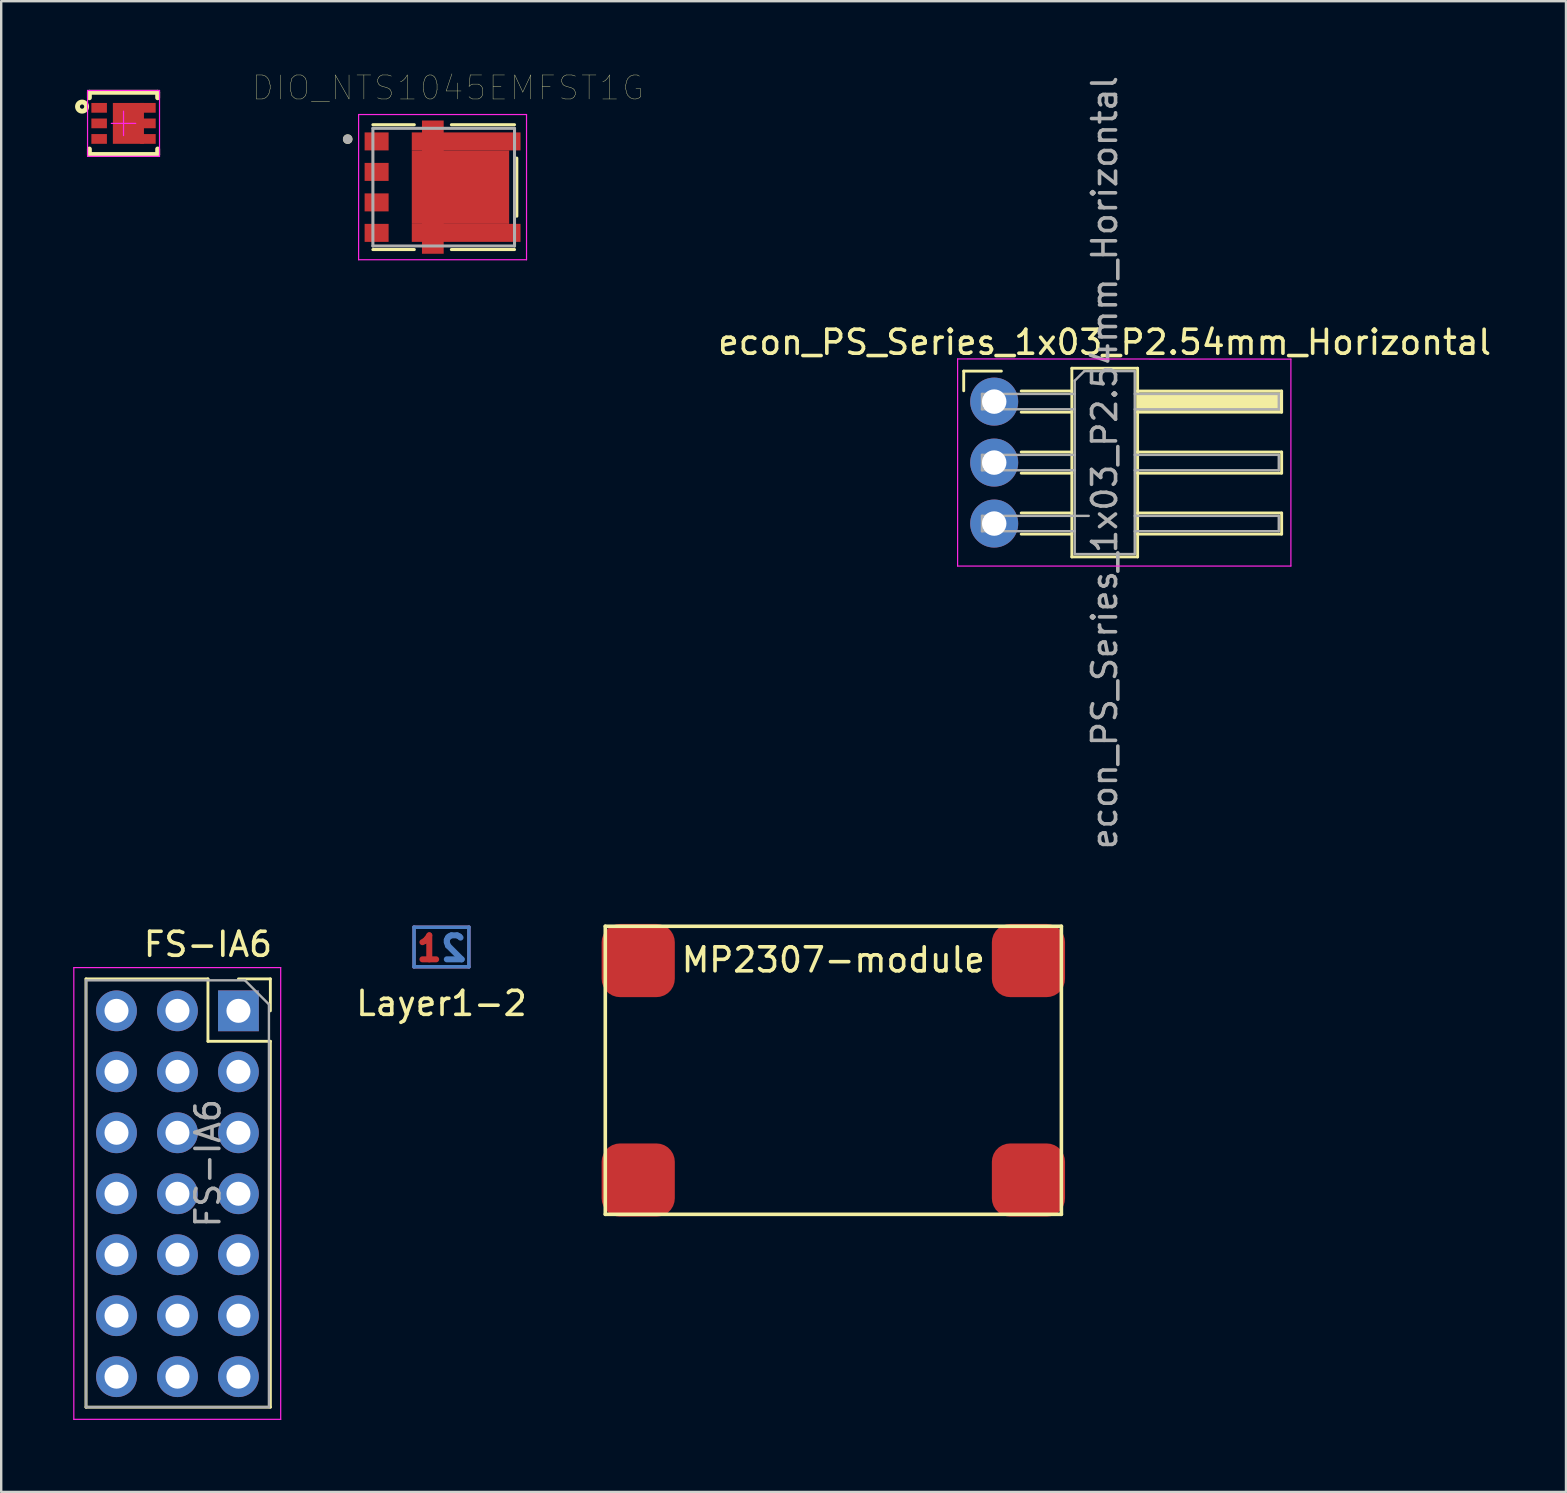
<source format=kicad_pcb>
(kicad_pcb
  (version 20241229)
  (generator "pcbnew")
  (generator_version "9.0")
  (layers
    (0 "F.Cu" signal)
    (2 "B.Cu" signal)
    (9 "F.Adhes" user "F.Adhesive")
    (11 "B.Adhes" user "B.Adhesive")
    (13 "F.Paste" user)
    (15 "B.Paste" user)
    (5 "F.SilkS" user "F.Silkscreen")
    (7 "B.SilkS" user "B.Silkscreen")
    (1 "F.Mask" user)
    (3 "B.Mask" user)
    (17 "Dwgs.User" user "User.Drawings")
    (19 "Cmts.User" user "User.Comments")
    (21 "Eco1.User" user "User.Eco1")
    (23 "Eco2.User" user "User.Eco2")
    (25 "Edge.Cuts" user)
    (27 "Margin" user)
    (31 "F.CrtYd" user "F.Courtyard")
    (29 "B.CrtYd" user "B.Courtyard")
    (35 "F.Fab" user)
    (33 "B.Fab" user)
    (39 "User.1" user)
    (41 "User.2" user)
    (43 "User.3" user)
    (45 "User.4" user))
  (footprint "Layer1-2"
    (layer "F.Cu")
    (at 15.341 36.464)
    (property "Reference" "Layer1-2" (at 0 2.286 0) (layer "F.SilkS") (effects (font (size 1 1) (thickness 0.15))))
    (attr through_hole)
    (fp_line (start -1.143 -0.889) (end -1.143 0.762) (stroke (width 0.15) (type solid)) (layer "F.Cu"))
    (fp_line (start -1.143 0.762) (end 1.143 0.762) (stroke (width 0.15) (type solid)) (layer "F.Cu"))
    (fp_line (start 1.143 -0.889) (end -1.143 -0.889) (stroke (width 0.15) (type solid)) (layer "F.Cu"))
    (fp_line (start 1.143 0.762) (end 1.143 -0.889) (stroke (width 0.15) (type solid)) (layer "F.Cu"))
    (fp_line (start -1.143 -0.889) (end -1.143 0.762) (stroke (width 0.15) (type solid)) (layer "B.Cu"))
    (fp_line (start -1.143 0.762) (end 1.143 0.762) (stroke (width 0.15) (type solid)) (layer "B.Cu"))
    (fp_line (start 1.143 -0.889) (end -1.143 -0.889) (stroke (width 0.15) (type solid)) (layer "B.Cu"))
    (fp_line (start 1.143 0.762) (end 1.143 -0.889) (stroke (width 0.15) (type solid)) (layer "B.Cu"))
    (fp_text user "1" (at -0.508 0 0) (layer "F.Cu") (effects (font (size 1 1) (thickness 0.25))))
    (fp_text user "2" (at 0.508 0 0) (layer "B.Cu") (effects (font (size 1 1) (thickness 0.25)) (justify mirror))))
  (footprint "DFN2523-6"
    (layer "F.Cu")
    (at 2.096 2.09)
    (property "Reference" "DFN2523-6" (at 0.14 -1.727 0) (layer "Eco2.User") (effects (font (size 0.5 0.5) (thickness 0.04))))
    (attr smd)
    (fp_line (start -1.422 -1.295) (end -1.422 -1.067) (stroke (width 0.203) (type solid)) (layer "F.SilkS"))
    (fp_line (start -1.422 -1.295) (end 1.422 -1.295) (stroke (width 0.203) (type solid)) (layer "F.SilkS"))
    (fp_line (start -1.422 1.067) (end -1.422 1.295) (stroke (width 0.203) (type solid)) (layer "F.SilkS"))
    (fp_line (start -1.422 1.295) (end 1.422 1.295) (stroke (width 0.203) (type solid)) (layer "F.SilkS"))
    (fp_line (start 1.422 -1.295) (end 1.422 -1.067) (stroke (width 0.203) (type solid)) (layer "F.SilkS"))
    (fp_line (start 1.422 1.067) (end 1.422 1.295) (stroke (width 0.203) (type solid)) (layer "F.SilkS"))
    (fp_circle (center -1.727 -0.699) (end -1.638 -0.699) (stroke (width 0.203) (type solid)) (fill no) (layer "F.SilkS"))
    (fp_line (start -1.499 -1.372) (end -1.499 1.372) (stroke (width 0.05) (type solid)) (layer "F.CrtYd"))
    (fp_line (start -1.499 -1.372) (end 1.499 -1.372) (stroke (width 0.05) (type solid)) (layer "F.CrtYd"))
    (fp_line (start -1.499 1.372) (end 1.499 1.372) (stroke (width 0.05) (type solid)) (layer "F.CrtYd"))
    (fp_line (start -0.508 0) (end 0.508 0) (stroke (width 0.05) (type solid)) (layer "F.CrtYd"))
    (fp_line (start 0 -0.508) (end 0 0.508) (stroke (width 0.05) (type solid)) (layer "F.CrtYd"))
    (fp_line (start 1.499 -1.372) (end 1.499 1.372) (stroke (width 0.05) (type solid)) (layer "F.CrtYd"))
    (pad "1" smd rect (at -1.016 -0.648) (size 0.648 0.406) (layers "F.Cu" "F.Mask" "F.Paste"))
    (pad "2" smd rect (at -1.016 0) (size 0.648 0.406) (layers "F.Cu" "F.Mask" "F.Paste"))
    (pad "3" smd rect (at -1.016 0.648) (size 0.648 0.406) (layers "F.Cu" "F.Mask" "F.Paste"))
    (pad "4" smd rect (at 1.016 0.648) (size 0.648 0.406) (layers "F.Cu" "F.Mask" "F.Paste"))
    (pad "5" smd rect (at 1.016 0) (size 0.648 0.406) (layers "F.Cu" "F.Mask" "F.Paste"))
    (pad "6" smd rect (at 0.203 0) (size 1.295 1.702) (layers "F.Cu" "F.Mask" "F.Paste"))
    (pad "6" smd rect (at 1.016 -0.648) (size 0.648 0.406) (layers "F.Cu" "F.Mask" "F.Paste")))
  (footprint "DIO_NTS1045EMFST1G"
    (layer "F.Cu")
    (at 15.434 4.746)
    (property "Reference" "DIO_NTS1045EMFST1G" (at 0.175 -4.135 0) (layer "F.SilkS") (effects (font (size 1 1) (thickness 0.015))))
    (attr through_hole)
    (fp_poly (pts (xy -1.43 2.38) (xy -1.43 -2.38) (xy -1.005 -2.38) (xy -1.005 -2.875) (xy 0.1 -2.875) (xy 0.1 -2.38) (xy 3.3 -2.38) (xy 3.3 -1.43) (xy 2.825 -1.43) (xy 2.825 1.43) (xy 3.3 1.43) (xy 3.3 2.38) (xy 0.1 2.38) (xy 0.1 2.875) (xy -1.005 2.875) (xy -1.005 2.38)) (stroke (width 0.01) (type solid)) (fill yes) (layer "F.Mask"))
    (fp_line (start -1.225 -2.6) (end -2.95 -2.6) (stroke (width 0.127) (type solid)) (layer "F.SilkS"))
    (fp_line (start -1.225 2.6) (end -2.95 2.6) (stroke (width 0.127) (type solid)) (layer "F.SilkS"))
    (fp_line (start 0.32 -2.6) (end 2.95 -2.6) (stroke (width 0.127) (type solid)) (layer "F.SilkS"))
    (fp_line (start 0.32 2.6) (end 2.95 2.6) (stroke (width 0.127) (type solid)) (layer "F.SilkS"))
    (fp_line (start 3.045 1.21) (end 3.045 -1.21) (stroke (width 0.127) (type solid)) (layer "F.SilkS"))
    (fp_circle (center -4 -2) (end -3.9 -2) (stroke (width 0.2) (type solid)) (fill no) (layer "F.SilkS"))
    (fp_poly (pts (xy -0.958 -1.86) (xy 0.323 -1.86) (xy 0.323 -0.42) (xy -0.958 -0.42)) (stroke (width 0.01) (type solid)) (fill yes) (layer "F.Paste"))
    (fp_poly (pts (xy -0.958 0.42) (xy 0.323 0.42) (xy 0.323 1.86) (xy -0.958 1.86)) (stroke (width 0.01) (type solid)) (fill yes) (layer "F.Paste"))
    (fp_poly (pts (xy -0.698 -2.54) (xy -0.207 -2.54) (xy -0.207 -1.635) (xy -0.698 -1.635)) (stroke (width 0.01) (type solid)) (fill yes) (layer "F.Paste"))
    (fp_poly (pts (xy -0.698 1.635) (xy -0.207 1.635) (xy -0.207 2.54) (xy -0.698 2.54)) (stroke (width 0.01) (type solid)) (fill yes) (layer "F.Paste"))
    (fp_poly (pts (xy 1.073 -1.86) (xy 2.353 -1.86) (xy 2.353 -0.42) (xy 1.073 -0.42)) (stroke (width 0.01) (type solid)) (fill yes) (layer "F.Paste"))
    (fp_poly (pts (xy 1.073 0.42) (xy 2.353 0.42) (xy 2.353 1.86) (xy 1.073 1.86)) (stroke (width 0.01) (type solid)) (fill yes) (layer "F.Paste"))
    (fp_poly (pts (xy 2.171 1.67) (xy 2.921 1.67) (xy 2.921 2.14) (xy 2.171 2.14)) (stroke (width 0.01) (type solid)) (fill yes) (layer "F.Paste"))
    (fp_poly (pts (xy 2.298 -2.14) (xy 3.048 -2.14) (xy 3.048 -1.67) (xy 2.298 -1.67)) (stroke (width 0.01) (type solid)) (fill yes) (layer "F.Paste"))
    (fp_line (start -3.545 -3.025) (end 3.45 -3.025) (stroke (width 0.05) (type solid)) (layer "F.CrtYd"))
    (fp_line (start -3.545 3.025) (end -3.545 -3.025) (stroke (width 0.05) (type solid)) (layer "F.CrtYd"))
    (fp_line (start 3.45 -3.025) (end 3.45 3.025) (stroke (width 0.05) (type solid)) (layer "F.CrtYd"))
    (fp_line (start 3.45 3.025) (end -3.545 3.025) (stroke (width 0.05) (type solid)) (layer "F.CrtYd"))
    (fp_line (start -2.95 -2.45) (end -2.95 2.45) (stroke (width 0.127) (type solid)) (layer "F.Fab"))
    (fp_line (start -2.95 2.45) (end 2.95 2.45) (stroke (width 0.127) (type solid)) (layer "F.Fab"))
    (fp_line (start 2.95 -2.45) (end -2.95 -2.45) (stroke (width 0.127) (type solid)) (layer "F.Fab"))
    (fp_line (start 2.95 2.45) (end 2.95 -2.45) (stroke (width 0.127) (type solid)) (layer "F.Fab"))
    (fp_circle (center -4 -2) (end -3.9 -2) (stroke (width 0.2) (type solid)) (fill no) (layer "F.Fab"))
    (pad "" smd rect (at -2.795 1.905) (size 1 0.75) (layers "F.Cu" "F.Mask" "F.Paste"))
    (pad "1" smd rect (at -0.453 0) (size 0.905 5.55) (layers "F.Cu"))
    (pad "1" smd rect (at 0.698 0) (size 4.055 3.06) (layers "F.Cu"))
    (pad "1" smd rect (at 0.935 -1.905) (size 4.53 0.75) (layers "F.Cu"))
    (pad "1" smd rect (at 0.935 1.905) (size 4.53 0.75) (layers "F.Cu"))
    (pad "2" smd rect (at -2.795 -1.905) (size 1 0.75) (layers "F.Cu" "F.Mask" "F.Paste"))
    (pad "2" smd rect (at -2.795 -0.635) (size 1 0.75) (layers "F.Cu" "F.Mask" "F.Paste"))
    (pad "2" smd rect (at -2.795 0.635) (size 1 0.75) (layers "F.Cu" "F.Mask" "F.Paste")))
  (footprint "MP2307-module"
    (layer "F.Cu")
    (at 31.665 41.536)
    (property "Reference" "MP2307-module" (at 0 -4.6 0) (layer "F.SilkS") (effects (font (size 1 1) (thickness 0.15))))
    (attr through_hole)
    (fp_line (start -9.5 -6) (end 9.5 -6) (stroke (width 0.15) (type solid)) (layer "F.SilkS"))
    (fp_line (start -9.5 6) (end -9.5 -6) (stroke (width 0.15) (type solid)) (layer "F.SilkS"))
    (fp_line (start 9.5 -6) (end 9.5 6) (stroke (width 0.15) (type solid)) (layer "F.SilkS"))
    (fp_line (start 9.5 6) (end -9.5 6) (stroke (width 0.15) (type solid)) (layer "F.SilkS"))
    (pad "1" smd roundrect (at -8.128 -4.572) (size 3.048 3.048) (layers "F.Cu" "F.Mask" "F.Paste") (roundrect_rratio 0.25))
    (pad "2" smd roundrect (at -8.128 4.572) (size 3.048 3.048) (layers "F.Cu" "F.Mask" "F.Paste") (roundrect_rratio 0.25))
    (pad "6" smd roundrect (at 8.128 4.572) (size 3.048 3.048) (layers "F.Cu" "F.Mask" "F.Paste") (roundrect_rratio 0.25))
    (pad "7" smd roundrect (at 8.128 -4.572) (size 3.048 3.048) (layers "F.Cu" "F.Mask" "F.Paste") (roundrect_rratio 0.25)))
  (footprint "econ_PS_Series_1x03_P2.54mm_Horizontal"
    (layer "F.Cu")
    (at 43.446 16.22)
    (property "Reference" "econ_PS_Series_1x03_P2.54mm_Horizontal" (at -0.48 -5.01 0) (layer "F.SilkS") (effects (font (size 1 1) (thickness 0.15))))
    (attr smd)
    (fp_line (start -6.35 -3.81) (end -4.78 -3.81) (stroke (width 0.12) (type solid)) (layer "F.SilkS"))
    (fp_line (start -6.35 -2.99) (end -6.35 -3.81) (stroke (width 0.12) (type solid)) (layer "F.SilkS"))
    (fp_line (start -3.955 -2.98) (end -1.845 -2.98) (stroke (width 0.12) (type solid)) (layer "F.SilkS"))
    (fp_line (start -3.955 -2.1) (end -1.845 -2.1) (stroke (width 0.12) (type solid)) (layer "F.SilkS"))
    (fp_line (start -3.955 -0.44) (end -1.845 -0.44) (stroke (width 0.12) (type solid)) (layer "F.SilkS"))
    (fp_line (start -3.955 0.44) (end -1.845 0.44) (stroke (width 0.12) (type solid)) (layer "F.SilkS"))
    (fp_line (start -3.955 2.1) (end -1.845 2.1) (stroke (width 0.12) (type solid)) (layer "F.SilkS"))
    (fp_line (start -3.955 2.98) (end -1.845 2.98) (stroke (width 0.12) (type solid)) (layer "F.SilkS"))
    (fp_line (start -1.845 -3.93) (end 0.895 -3.93) (stroke (width 0.12) (type solid)) (layer "F.SilkS"))
    (fp_line (start -1.845 3.93) (end -1.845 -3.93) (stroke (width 0.12) (type solid)) (layer "F.SilkS"))
    (fp_line (start 0.895 -3.93) (end 0.895 3.93) (stroke (width 0.12) (type solid)) (layer "F.SilkS"))
    (fp_line (start 0.895 -2.98) (end 6.895 -2.98) (stroke (width 0.12) (type solid)) (layer "F.SilkS"))
    (fp_line (start 0.895 -0.44) (end 6.895 -0.44) (stroke (width 0.12) (type solid)) (layer "F.SilkS"))
    (fp_line (start 0.895 2.1) (end 6.895 2.1) (stroke (width 0.12) (type solid)) (layer "F.SilkS"))
    (fp_line (start 0.895 3.93) (end -1.845 3.93) (stroke (width 0.12) (type solid)) (layer "F.SilkS"))
    (fp_line (start 6.895 -2.98) (end 6.895 -2.1) (stroke (width 0.12) (type solid)) (layer "F.SilkS"))
    (fp_line (start 6.895 -2.1) (end 0.895 -2.1) (stroke (width 0.12) (type solid)) (layer "F.SilkS"))
    (fp_line (start 6.895 -0.44) (end 6.895 0.44) (stroke (width 0.12) (type solid)) (layer "F.SilkS"))
    (fp_line (start 6.895 0.44) (end 0.895 0.44) (stroke (width 0.12) (type solid)) (layer "F.SilkS"))
    (fp_line (start 6.895 2.1) (end 6.895 2.98) (stroke (width 0.12) (type solid)) (layer "F.SilkS"))
    (fp_line (start 6.895 2.98) (end 0.895 2.98) (stroke (width 0.12) (type solid)) (layer "F.SilkS"))
    (fp_line (start -6.604 -4.318) (end 7.28 -4.31) (stroke (width 0.05) (type solid)) (layer "F.CrtYd"))
    (fp_line (start -6.604 4.31) (end -6.604 -4.318) (stroke (width 0.05) (type solid)) (layer "F.CrtYd"))
    (fp_line (start 7.28 -4.31) (end 7.28 4.31) (stroke (width 0.05) (type solid)) (layer "F.CrtYd"))
    (fp_line (start 7.28 4.31) (end -6.604 4.31) (stroke (width 0.05) (type solid)) (layer "F.CrtYd"))
    (fp_line (start -5.588 -2.86) (end -5.588 -2.22) (stroke (width 0.1) (type solid)) (layer "F.Fab"))
    (fp_line (start -5.588 -2.22) (end -1.725 -2.22) (stroke (width 0.1) (type solid)) (layer "F.Fab"))
    (fp_line (start -5.588 -0.32) (end -5.588 0.32) (stroke (width 0.1) (type solid)) (layer "F.Fab"))
    (fp_line (start -5.588 0.32) (end -1.725 0.32) (stroke (width 0.1) (type solid)) (layer "F.Fab"))
    (fp_line (start -5.588 2.22) (end -5.588 2.86) (stroke (width 0.1) (type solid)) (layer "F.Fab"))
    (fp_line (start -5.588 2.86) (end -1.725 2.86) (stroke (width 0.1) (type solid)) (layer "F.Fab"))
    (fp_line (start -1.725 -3.41) (end -1.325 -3.81) (stroke (width 0.1) (type solid)) (layer "F.Fab"))
    (fp_line (start -1.725 -2.86) (end -5.588 -2.86) (stroke (width 0.1) (type solid)) (layer "F.Fab"))
    (fp_line (start -1.725 -0.32) (end -5.588 -0.32) (stroke (width 0.1) (type solid)) (layer "F.Fab"))
    (fp_line (start -1.725 3.81) (end -1.725 -3.41) (stroke (width 0.1) (type solid)) (layer "F.Fab"))
    (fp_line (start -1.325 -3.81) (end 0.775 -3.81) (stroke (width 0.1) (type solid)) (layer "F.Fab"))
    (fp_line (start -1.142 2.22) (end -5.588 2.22) (stroke (width 0.1) (type solid)) (layer "F.Fab"))
    (fp_line (start 0.775 -3.81) (end 0.775 3.81) (stroke (width 0.1) (type solid)) (layer "F.Fab"))
    (fp_line (start 0.775 -2.86) (end 6.775 -2.86) (stroke (width 0.1) (type solid)) (layer "F.Fab"))
    (fp_line (start 0.775 -0.32) (end 6.775 -0.32) (stroke (width 0.1) (type solid)) (layer "F.Fab"))
    (fp_line (start 0.775 2.22) (end 6.775 2.22) (stroke (width 0.1) (type solid)) (layer "F.Fab"))
    (fp_line (start 0.775 3.81) (end -1.725 3.81) (stroke (width 0.1) (type solid)) (layer "F.Fab"))
    (fp_line (start 6.775 -2.86) (end 6.775 -2.22) (stroke (width 0.1) (type solid)) (layer "F.Fab"))
    (fp_line (start 6.775 -2.22) (end 0.775 -2.22) (stroke (width 0.1) (type solid)) (layer "F.Fab"))
    (fp_line (start 6.775 -0.32) (end 6.775 0.32) (stroke (width 0.1) (type solid)) (layer "F.Fab"))
    (fp_line (start 6.775 0.32) (end 0.775 0.32) (stroke (width 0.1) (type solid)) (layer "F.Fab"))
    (fp_line (start 6.775 2.22) (end 6.775 2.86) (stroke (width 0.1) (type solid)) (layer "F.Fab"))
    (fp_line (start 6.775 2.86) (end 0.775 2.86) (stroke (width 0.1) (type solid)) (layer "F.Fab"))
    (fp_text user "${REFERENCE}" (at -0.48 0 90) (layer "F.Fab") (effects (font (size 1 1) (thickness 0.15))))
    (pad "" smd rect (at 3.895 -2.54) (size 6 0.76) (layers "F.SilkS"))
    (pad "1" thru_hole circle (at -5.08 -2.54) (size 2 2) (drill 1.02) (layers "*.Cu" "*.Mask"))
    (pad "2" thru_hole circle (at -5.08 0) (size 2 2) (drill 1.02) (layers "*.Cu" "*.Mask"))
    (pad "3" thru_hole circle (at -5.08 2.54) (size 2 2) (drill 1.02) (layers "*.Cu" "*.Mask")))
  (footprint "FS-IA6"
    (layer "F.Cu")
    (at 6.883 39.059)
    (property "Reference" "FS-IA6" (at -1.27 -2.77 0) (layer "F.SilkS") (effects (font (size 1 1) (thickness 0.15))))
    (attr through_hole)
    (fp_line (start -6.35 -1.33) (end -6.35 16.51) (stroke (width 0.12) (type solid)) (layer "F.SilkS"))
    (fp_line (start -6.35 -1.33) (end -1.27 -1.33) (stroke (width 0.12) (type solid)) (layer "F.SilkS"))
    (fp_line (start -6.35 16.51) (end 1.33 16.51) (stroke (width 0.12) (type solid)) (layer "F.SilkS"))
    (fp_line (start -1.27 -1.33) (end -1.27 1.27) (stroke (width 0.12) (type solid)) (layer "F.SilkS"))
    (fp_line (start -1.27 1.27) (end 1.33 1.27) (stroke (width 0.12) (type solid)) (layer "F.SilkS"))
    (fp_line (start 0 -1.33) (end 1.33 -1.33) (stroke (width 0.12) (type solid)) (layer "F.SilkS"))
    (fp_line (start 1.33 -1.33) (end 1.33 0) (stroke (width 0.12) (type solid)) (layer "F.SilkS"))
    (fp_line (start 1.33 1.27) (end 1.33 16.51) (stroke (width 0.12) (type solid)) (layer "F.SilkS"))
    (fp_line (start -6.858 -1.8) (end 1.76 -1.8) (stroke (width 0.05) (type solid)) (layer "F.CrtYd"))
    (fp_line (start -6.858 17.018) (end -6.858 -1.8) (stroke (width 0.05) (type solid)) (layer "F.CrtYd"))
    (fp_line (start 1.76 -1.8) (end 1.76 17.018) (stroke (width 0.05) (type solid)) (layer "F.CrtYd"))
    (fp_line (start 1.76 17.018) (end -6.858 17.018) (stroke (width 0.05) (type solid)) (layer "F.CrtYd"))
    (fp_line (start -6.35 -1.27) (end 0.27 -1.27) (stroke (width 0.1) (type solid)) (layer "F.Fab"))
    (fp_line (start -6.35 16.51) (end -6.35 -1.27) (stroke (width 0.1) (type solid)) (layer "F.Fab"))
    (fp_line (start 0.27 -1.27) (end 1.27 -0.27) (stroke (width 0.1) (type solid)) (layer "F.Fab"))
    (fp_line (start 1.27 -0.27) (end 1.27 16.51) (stroke (width 0.1) (type solid)) (layer "F.Fab"))
    (fp_line (start 1.27 16.51) (end -6.35 16.51) (stroke (width 0.1) (type solid)) (layer "F.Fab"))
    (fp_text user "${REFERENCE}" (at -1.27 6.35 90) (layer "F.Fab") (effects (font (size 1 1) (thickness 0.15))))
    (pad "1" thru_hole oval (at -2.54 0) (size 1.7 1.7) (drill 1) (layers "*.Cu" "*.Mask"))
    (pad "1" thru_hole oval (at -2.54 2.54) (size 1.7 1.7) (drill 1) (layers "*.Cu" "*.Mask"))
    (pad "1" thru_hole oval (at -2.54 5.08) (size 1.7 1.7) (drill 1) (layers "*.Cu" "*.Mask"))
    (pad "1" thru_hole oval (at -2.54 7.62) (size 1.7 1.7) (drill 1) (layers "*.Cu" "*.Mask"))
    (pad "1" thru_hole oval (at -2.54 10.16) (size 1.7 1.7) (drill 1) (layers "*.Cu" "*.Mask"))
    (pad "1" thru_hole oval (at -2.54 12.7) (size 1.7 1.7) (drill 1) (layers "*.Cu" "*.Mask"))
    (pad "1" thru_hole oval (at -2.54 15.24) (size 1.7 1.7) (drill 1) (layers "*.Cu" "*.Mask"))
    (pad "2" thru_hole circle (at -5.08 15.24) (size 1.7 1.7) (drill 1) (layers "*.Cu" "*.Mask"))
    (pad "3" thru_hole circle (at -5.08 12.7) (size 1.7 1.7) (drill 1) (layers "*.Cu" "*.Mask"))
    (pad "4" thru_hole circle (at -5.08 10.16) (size 1.7 1.7) (drill 1) (layers "*.Cu" "*.Mask"))
    (pad "5" thru_hole circle (at -5.08 7.62) (size 1.7 1.7) (drill 1) (layers "*.Cu" "*.Mask"))
    (pad "6" thru_hole circle (at -5.08 2.54) (size 1.7 1.7) (drill 1) (layers "*.Cu" "*.Mask"))
    (pad "7" thru_hole circle (at -5.08 0) (size 1.7 1.7) (drill 1) (layers "*.Cu" "*.Mask"))
    (pad "8" thru_hole rect (at 0 0) (size 1.7 1.7) (drill 1) (layers "*.Cu" "*.Mask"))
    (pad "8" thru_hole oval (at 0 2.54) (size 1.7 1.7) (drill 1) (layers "*.Cu" "*.Mask"))
    (pad "8" thru_hole oval (at 0 5.08) (size 1.7 1.7) (drill 1) (layers "*.Cu" "*.Mask"))
    (pad "8" thru_hole oval (at 0 7.62) (size 1.7 1.7) (drill 1) (layers "*.Cu" "*.Mask"))
    (pad "8" thru_hole oval (at 0 10.16) (size 1.7 1.7) (drill 1) (layers "*.Cu" "*.Mask"))
    (pad "8" thru_hole circle (at 0 12.7) (size 1.7 1.7) (drill 1) (layers "*.Cu" "*.Mask"))
    (pad "8" thru_hole circle (at 0 15.24) (size 1.7 1.7) (drill 1) (layers "*.Cu" "*.Mask"))
    (pad "NC" thru_hole circle (at -5.08 5.08) (size 1.7 1.7) (drill 1) (layers "*.Cu" "*.Mask")))
  (gr_rect
    (start -3 -3)
    (end 62.186 59.102)
    (stroke (width 0.1) (type default))
    (fill no)
    (layer "Edge.Cuts")))
</source>
